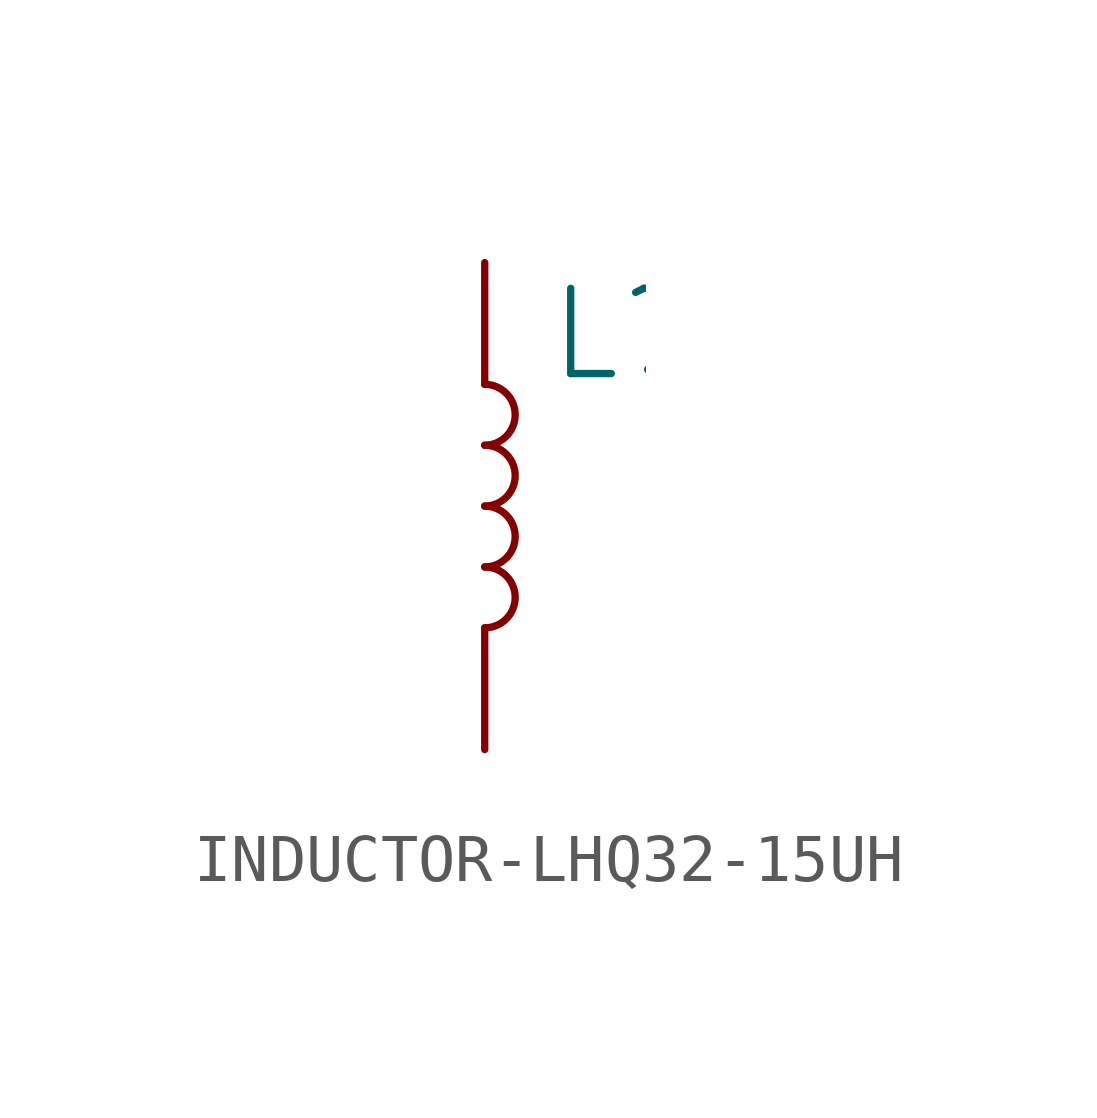
<source format=kicad_sym>
(kicad_symbol_lib
  (version 20231120)
  (generator "kicad_symbol_editor")
  (generator_version "8.0")
  (symbol "INDUCTOR-LHQ32-15UH"
    (property "Reference" "L"
      (at 1.27 2.54 0)
      (effects (font (size 1.778 1.778)) (justify left bottom)))
    (property "Value" ""
      (at 1.27 -2.54 0)
      (effects (font (size 1.778 1.778)) (justify left top)))
    (property "ki_locked" ""
      (at 0 0 0)
      (effects (font (size 1.27 1.27))))
    (symbol "INDUCTOR-LHQ32-15UH_1_0"
      (arc (start 0 -2.54) (mid 0.635 -1.905) (end 0 -1.27) (stroke (width 0.1524) (type solid)) (fill (type none)))
      (arc (start 0 -1.27) (mid 0.635 -0.635) (end 0 0) (stroke (width 0.1524) (type solid)) (fill (type none)))
      (arc (start 0 0) (mid 0.635 0.635) (end 0 1.27) (stroke (width 0.1524) (type solid)) (fill (type none)))
      (arc (start 0 1.27) (mid 0.635 1.905) (end 0 2.54) (stroke (width 0.1524) (type solid)) (fill (type none)))
      (pin passive line (at 0 5.08 270) (length 2.54) (name "1" (effects (font (size 0 0)))) (number "P$1" (effects (font (size 0 0)))))
      (pin passive line (at 0 -5.08 90) (length 2.54) (name "2" (effects (font (size 0 0)))) (number "P$2" (effects (font (size 0 0))))))))
</source>
